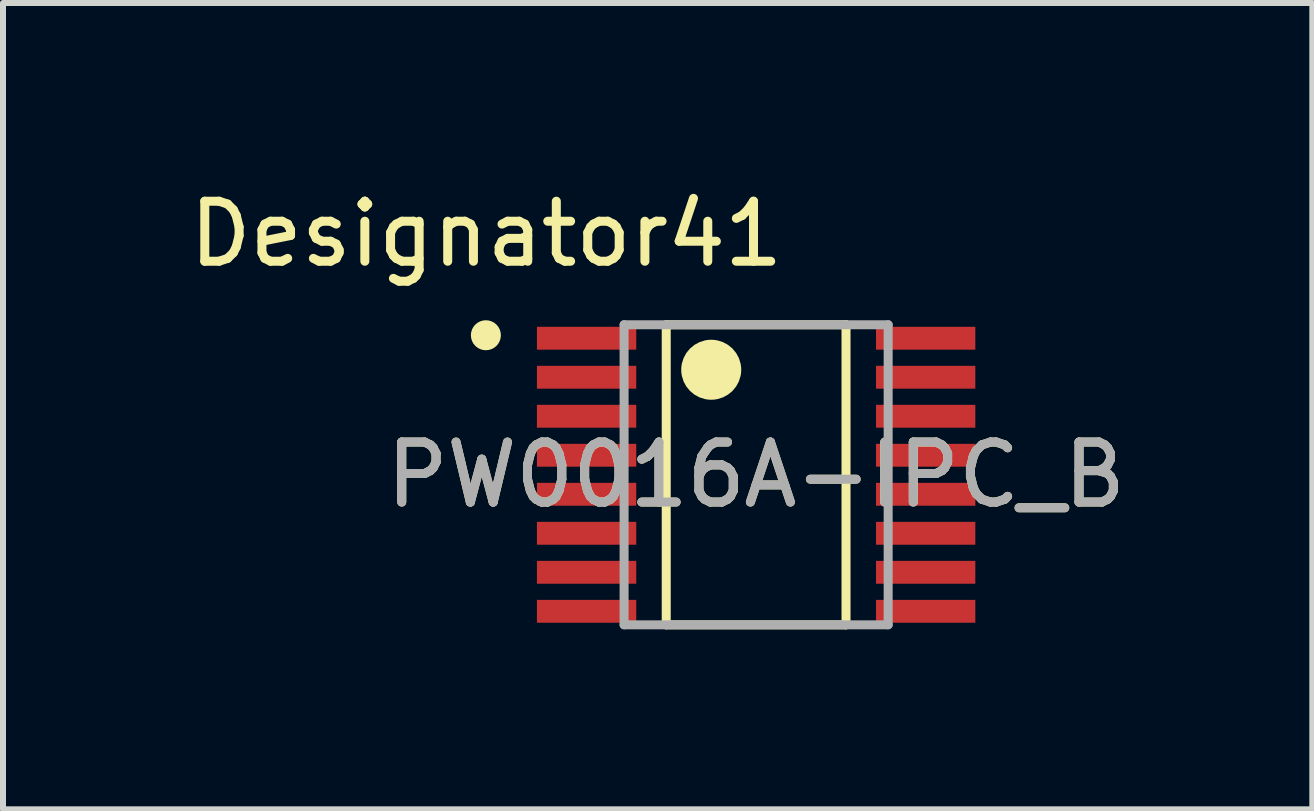
<source format=kicad_pcb>
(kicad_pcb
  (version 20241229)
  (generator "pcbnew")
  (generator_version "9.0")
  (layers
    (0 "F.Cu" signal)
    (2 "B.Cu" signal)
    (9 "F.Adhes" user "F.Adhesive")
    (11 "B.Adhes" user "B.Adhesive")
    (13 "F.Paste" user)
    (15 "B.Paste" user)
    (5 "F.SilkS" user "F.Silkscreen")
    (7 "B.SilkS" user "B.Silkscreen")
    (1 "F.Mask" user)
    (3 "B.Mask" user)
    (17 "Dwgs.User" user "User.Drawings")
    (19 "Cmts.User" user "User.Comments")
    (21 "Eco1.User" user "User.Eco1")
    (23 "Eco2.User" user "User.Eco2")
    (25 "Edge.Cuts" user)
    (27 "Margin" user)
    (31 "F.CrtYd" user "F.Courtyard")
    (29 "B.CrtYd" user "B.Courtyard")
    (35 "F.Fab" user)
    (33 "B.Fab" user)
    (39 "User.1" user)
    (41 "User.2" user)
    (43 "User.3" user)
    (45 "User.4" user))
  (footprint "PW0016A-IPC_B"
    (layer "F.Cu")
    (at 9.549 4.861)
    (property "Reference" "PW0016A-IPC_B" (at 0 0 0) (unlocked yes) (layer "F.SilkS") (effects (font (size 1 1) (thickness 0.15))))
    (attr smd)
    (fp_line (start -1.498 -2.5) (end 1.498 -2.5) (stroke (width 0.15) (type solid)) (layer "F.SilkS"))
    (fp_line (start -1.498 2.5) (end -1.498 -2.5) (stroke (width 0.15) (type solid)) (layer "F.SilkS"))
    (fp_line (start -1.498 2.5) (end 1.498 2.5) (stroke (width 0.15) (type solid)) (layer "F.SilkS"))
    (fp_line (start 1.498 2.5) (end 1.498 -2.5) (stroke (width 0.15) (type solid)) (layer "F.SilkS"))
    (fp_circle (center -4.503 -2.325) (end -4.378 -2.325) (stroke (width 0.25) (type solid)) (fill no) (layer "F.SilkS"))
    (fp_circle (center -0.748 -1.75) (end -0.498 -1.75) (stroke (width 0.5) (type solid)) (fill no) (layer "F.SilkS"))
    (fp_line (start -2.2 -2.5) (end 2.2 -2.5) (stroke (width 0.15) (type solid)) (layer "F.Fab"))
    (fp_line (start -2.2 2.5) (end -2.2 -2.5) (stroke (width 0.15) (type solid)) (layer "F.Fab"))
    (fp_line (start -2.2 2.5) (end 2.2 2.5) (stroke (width 0.15) (type solid)) (layer "F.Fab"))
    (fp_line (start 2.2 2.5) (end 2.2 -2.5) (stroke (width 0.15) (type solid)) (layer "F.Fab"))
    (fp_text user "Designator41" (at -4.496 -4.013 0) (unlocked yes) (layer "F.SilkS") (effects (font (size 1 1) (thickness 0.15))))
    (fp_text user "${REFERENCE}" (at 0 0 0) (unlocked yes) (layer "F.Fab") (effects (font (size 1 1) (thickness 0.15))))
    (pad "1" smd rect (at -2.825 -2.275) (size 1.655 0.381) (layers "F.Cu" "F.Mask" "F.Paste"))
    (pad "2" smd rect (at -2.825 -1.625) (size 1.655 0.381) (layers "F.Cu" "F.Mask" "F.Paste"))
    (pad "3" smd rect (at -2.825 -0.975) (size 1.655 0.381) (layers "F.Cu" "F.Mask" "F.Paste"))
    (pad "4" smd rect (at -2.825 -0.325) (size 1.655 0.381) (layers "F.Cu" "F.Mask" "F.Paste"))
    (pad "5" smd rect (at -2.825 0.325) (size 1.655 0.381) (layers "F.Cu" "F.Mask" "F.Paste"))
    (pad "6" smd rect (at -2.825 0.975) (size 1.655 0.381) (layers "F.Cu" "F.Mask" "F.Paste"))
    (pad "7" smd rect (at -2.825 1.625) (size 1.655 0.381) (layers "F.Cu" "F.Mask" "F.Paste"))
    (pad "8" smd rect (at -2.825 2.275) (size 1.655 0.381) (layers "F.Cu" "F.Mask" "F.Paste"))
    (pad "9" smd rect (at 2.825 2.275) (size 1.655 0.381) (layers "F.Cu" "F.Mask" "F.Paste"))
    (pad "10" smd rect (at 2.825 1.625) (size 1.655 0.381) (layers "F.Cu" "F.Mask" "F.Paste"))
    (pad "11" smd rect (at 2.825 0.975) (size 1.655 0.381) (layers "F.Cu" "F.Mask" "F.Paste"))
    (pad "12" smd rect (at 2.825 0.325) (size 1.655 0.381) (layers "F.Cu" "F.Mask" "F.Paste"))
    (pad "13" smd rect (at 2.825 -0.325) (size 1.655 0.381) (layers "F.Cu" "F.Mask" "F.Paste"))
    (pad "14" smd rect (at 2.825 -0.975) (size 1.655 0.381) (layers "F.Cu" "F.Mask" "F.Paste"))
    (pad "15" smd rect (at 2.825 -1.625) (size 1.655 0.381) (layers "F.Cu" "F.Mask" "F.Paste"))
    (pad "16" smd rect (at 2.825 -2.275) (size 1.655 0.381) (layers "F.Cu" "F.Mask" "F.Paste")))
  (gr_rect
    (start -3 -3)
    (end 18.817 10.436)
    (stroke (width 0.1) (type default))
    (fill no)
    (layer "Edge.Cuts")))
</source>
